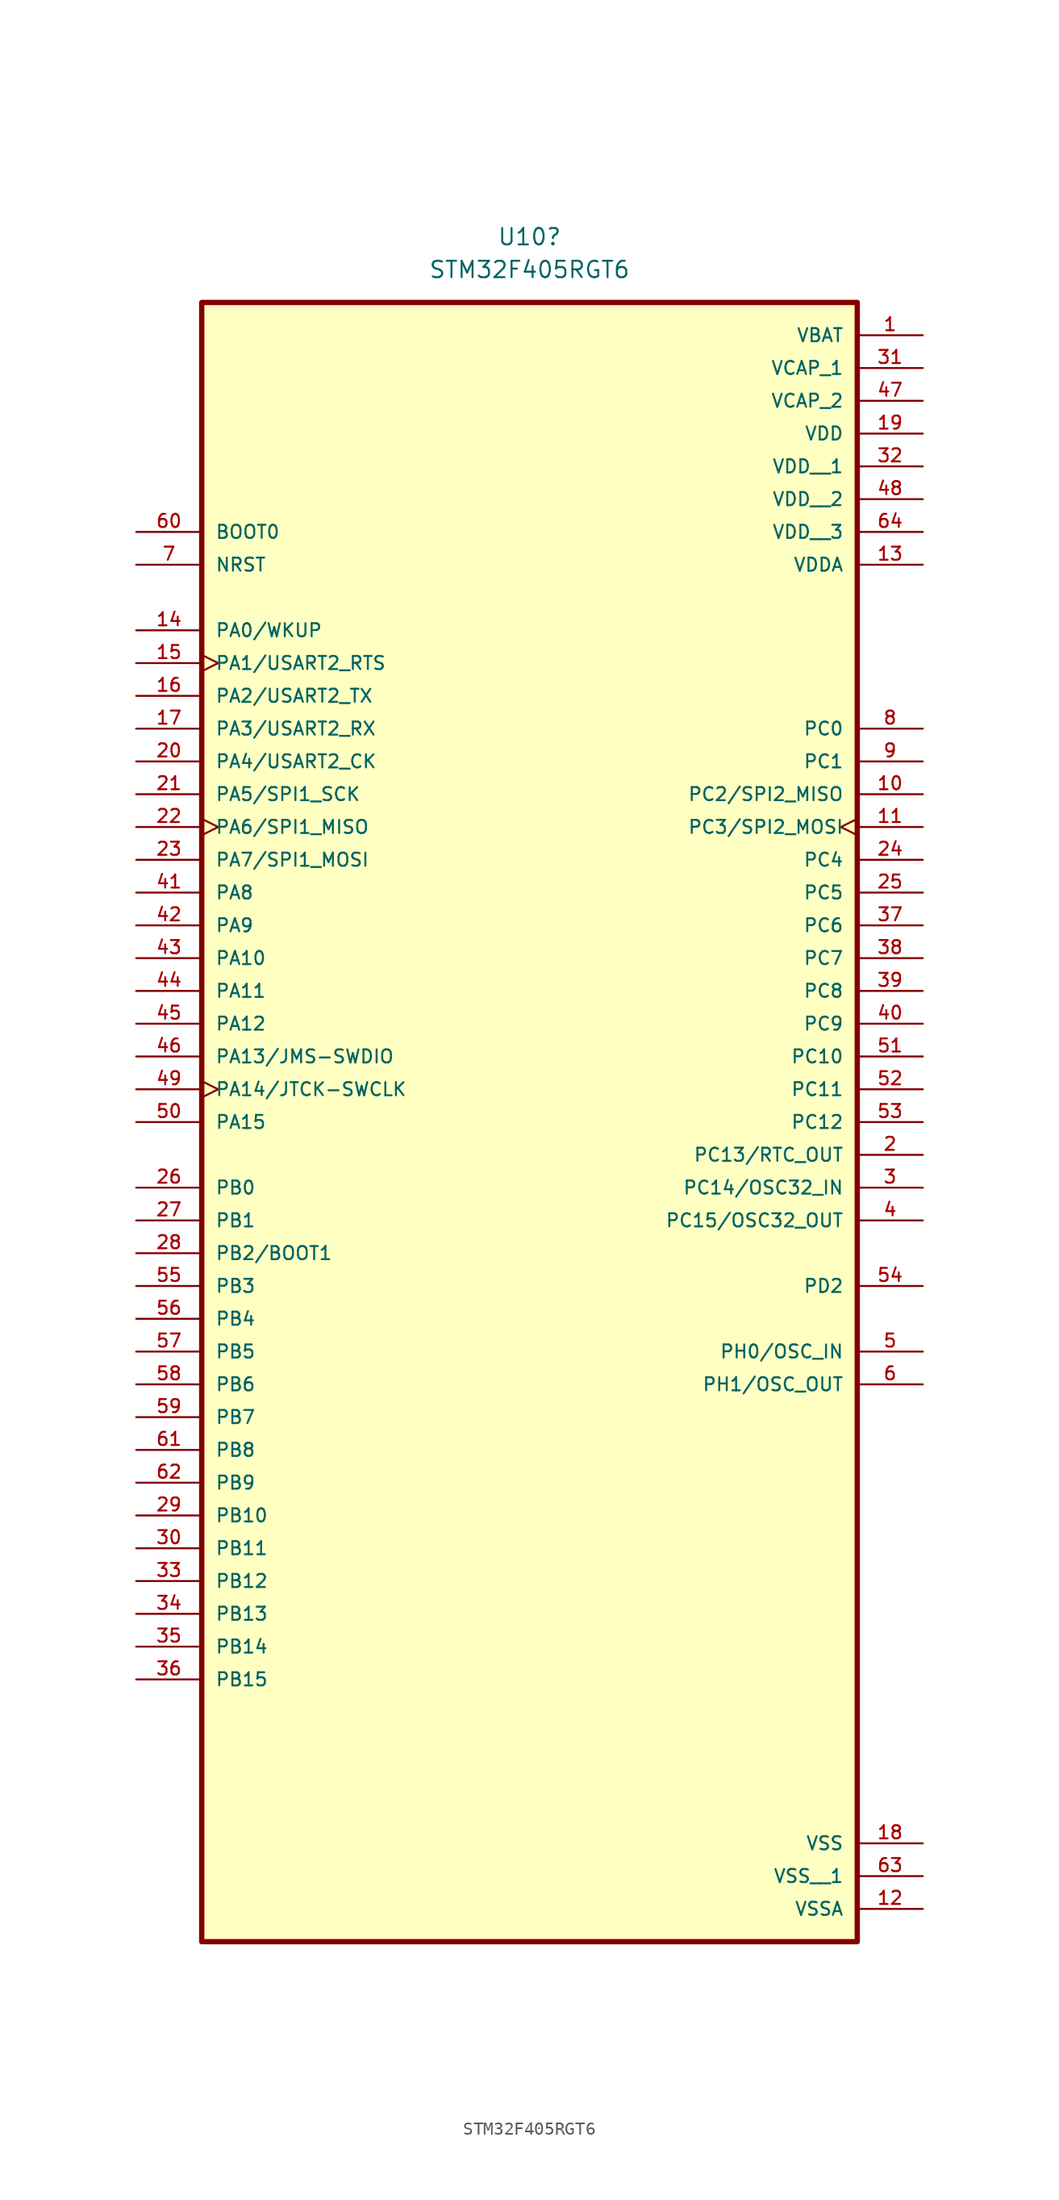
<source format=kicad_sym>
(kicad_symbol_lib
  (version 20231120)
  (generator "kicad_symbol_editor")
  (generator_version "8.0")
  (symbol "STM32F405RGT6"
    (pin_names
      (offset 1.016))
    (property "Reference" "U10"
      (at 0 63.5 0)
      (effects (font (size 1.27 1.27))))
    (property "Value" "STM32F405RGT6"
      (at 0 60.96 0)
      (effects (font (size 1.27 1.27))))
    (symbol "STM32F405RGT6_0_0"
      (rectangle (start -25.4 -68.58) (end 25.4 58.42) (stroke (width 0.41) (type default)) (fill (type background)))
      (pin power_in line (at 30.48 55.88 180) (length 5.08) (name "VBAT" (effects (font (size 1.016 1.016)))) (number "1" (effects (font (size 1.016 1.016)))))
      (pin bidirectional line (at 30.48 20.32 180) (length 5.08) (name "PC2/SPI2_MISO" (effects (font (size 1.016 1.016)))) (number "10" (effects (font (size 1.016 1.016)))))
      (pin bidirectional clock (at 30.48 17.78 180) (length 5.08) (name "PC3/SPI2_MOSI" (effects (font (size 1.016 1.016)))) (number "11" (effects (font (size 1.016 1.016)))))
      (pin power_in line (at 30.48 -66.04 180) (length 5.08) (name "VSSA" (effects (font (size 1.016 1.016)))) (number "12" (effects (font (size 1.016 1.016)))))
      (pin power_in line (at 30.48 38.1 180) (length 5.08) (name "VDDA" (effects (font (size 1.016 1.016)))) (number "13" (effects (font (size 1.016 1.016)))))
      (pin bidirectional line (at -30.48 33.02 0) (length 5.08) (name "PA0/WKUP" (effects (font (size 1.016 1.016)))) (number "14" (effects (font (size 1.016 1.016)))))
      (pin bidirectional clock (at -30.48 30.48 0) (length 5.08) (name "PA1/USART2_RTS" (effects (font (size 1.016 1.016)))) (number "15" (effects (font (size 1.016 1.016)))))
      (pin bidirectional line (at -30.48 27.94 0) (length 5.08) (name "PA2/USART2_TX" (effects (font (size 1.016 1.016)))) (number "16" (effects (font (size 1.016 1.016)))))
      (pin bidirectional line (at -30.48 25.4 0) (length 5.08) (name "PA3/USART2_RX" (effects (font (size 1.016 1.016)))) (number "17" (effects (font (size 1.016 1.016)))))
      (pin power_in line (at 30.48 -60.96 180) (length 5.08) (name "VSS" (effects (font (size 1.016 1.016)))) (number "18" (effects (font (size 1.016 1.016)))))
      (pin power_in line (at 30.48 48.26 180) (length 5.08) (name "VDD" (effects (font (size 1.016 1.016)))) (number "19" (effects (font (size 1.016 1.016)))))
      (pin bidirectional line (at 30.48 -7.62 180) (length 5.08) (name "PC13/RTC_OUT" (effects (font (size 1.016 1.016)))) (number "2" (effects (font (size 1.016 1.016)))))
      (pin bidirectional line (at -30.48 22.86 0) (length 5.08) (name "PA4/USART2_CK" (effects (font (size 1.016 1.016)))) (number "20" (effects (font (size 1.016 1.016)))))
      (pin bidirectional line (at -30.48 20.32 0) (length 5.08) (name "PA5/SPI1_SCK" (effects (font (size 1.016 1.016)))) (number "21" (effects (font (size 1.016 1.016)))))
      (pin bidirectional clock (at -30.48 17.78 0) (length 5.08) (name "PA6/SPI1_MISO" (effects (font (size 1.016 1.016)))) (number "22" (effects (font (size 1.016 1.016)))))
      (pin bidirectional line (at -30.48 15.24 0) (length 5.08) (name "PA7/SPI1_MOSI" (effects (font (size 1.016 1.016)))) (number "23" (effects (font (size 1.016 1.016)))))
      (pin bidirectional line (at 30.48 15.24 180) (length 5.08) (name "PC4" (effects (font (size 1.016 1.016)))) (number "24" (effects (font (size 1.016 1.016)))))
      (pin bidirectional line (at 30.48 12.7 180) (length 5.08) (name "PC5" (effects (font (size 1.016 1.016)))) (number "25" (effects (font (size 1.016 1.016)))))
      (pin bidirectional line (at -30.48 -10.16 0) (length 5.08) (name "PB0" (effects (font (size 1.016 1.016)))) (number "26" (effects (font (size 1.016 1.016)))))
      (pin bidirectional line (at -30.48 -12.7 0) (length 5.08) (name "PB1" (effects (font (size 1.016 1.016)))) (number "27" (effects (font (size 1.016 1.016)))))
      (pin bidirectional line (at -30.48 -15.24 0) (length 5.08) (name "PB2/BOOT1" (effects (font (size 1.016 1.016)))) (number "28" (effects (font (size 1.016 1.016)))))
      (pin bidirectional line (at -30.48 -35.56 0) (length 5.08) (name "PB10" (effects (font (size 1.016 1.016)))) (number "29" (effects (font (size 1.016 1.016)))))
      (pin bidirectional line (at 30.48 -10.16 180) (length 5.08) (name "PC14/OSC32_IN" (effects (font (size 1.016 1.016)))) (number "3" (effects (font (size 1.016 1.016)))))
      (pin bidirectional line (at -30.48 -38.1 0) (length 5.08) (name "PB11" (effects (font (size 1.016 1.016)))) (number "30" (effects (font (size 1.016 1.016)))))
      (pin power_in line (at 30.48 45.72 180) (length 5.08) (name "VDD__1" (effects (font (size 1.016 1.016)))) (number "32" (effects (font (size 1.016 1.016)))))
      (pin bidirectional line (at -30.48 -40.64 0) (length 5.08) (name "PB12" (effects (font (size 1.016 1.016)))) (number "33" (effects (font (size 1.016 1.016)))))
      (pin bidirectional line (at -30.48 -43.18 0) (length 5.08) (name "PB13" (effects (font (size 1.016 1.016)))) (number "34" (effects (font (size 1.016 1.016)))))
      (pin bidirectional line (at -30.48 -45.72 0) (length 5.08) (name "PB14" (effects (font (size 1.016 1.016)))) (number "35" (effects (font (size 1.016 1.016)))))
      (pin bidirectional line (at -30.48 -48.26 0) (length 5.08) (name "PB15" (effects (font (size 1.016 1.016)))) (number "36" (effects (font (size 1.016 1.016)))))
      (pin bidirectional line (at 30.48 10.16 180) (length 5.08) (name "PC6" (effects (font (size 1.016 1.016)))) (number "37" (effects (font (size 1.016 1.016)))))
      (pin bidirectional line (at 30.48 7.62 180) (length 5.08) (name "PC7" (effects (font (size 1.016 1.016)))) (number "38" (effects (font (size 1.016 1.016)))))
      (pin bidirectional line (at 30.48 5.08 180) (length 5.08) (name "PC8" (effects (font (size 1.016 1.016)))) (number "39" (effects (font (size 1.016 1.016)))))
      (pin bidirectional line (at 30.48 -12.7 180) (length 5.08) (name "PC15/OSC32_OUT" (effects (font (size 1.016 1.016)))) (number "4" (effects (font (size 1.016 1.016)))))
      (pin bidirectional line (at 30.48 2.54 180) (length 5.08) (name "PC9" (effects (font (size 1.016 1.016)))) (number "40" (effects (font (size 1.016 1.016)))))
      (pin bidirectional line (at -30.48 12.7 0) (length 5.08) (name "PA8" (effects (font (size 1.016 1.016)))) (number "41" (effects (font (size 1.016 1.016)))))
      (pin bidirectional line (at -30.48 10.16 0) (length 5.08) (name "PA9" (effects (font (size 1.016 1.016)))) (number "42" (effects (font (size 1.016 1.016)))))
      (pin bidirectional line (at -30.48 7.62 0) (length 5.08) (name "PA10" (effects (font (size 1.016 1.016)))) (number "43" (effects (font (size 1.016 1.016)))))
      (pin bidirectional line (at -30.48 5.08 0) (length 5.08) (name "PA11" (effects (font (size 1.016 1.016)))) (number "44" (effects (font (size 1.016 1.016)))))
      (pin bidirectional line (at -30.48 2.54 0) (length 5.08) (name "PA12" (effects (font (size 1.016 1.016)))) (number "45" (effects (font (size 1.016 1.016)))))
      (pin bidirectional line (at -30.48 0 0) (length 5.08) (name "PA13/JMS-SWDIO" (effects (font (size 1.016 1.016)))) (number "46" (effects (font (size 1.016 1.016)))))
      (pin power_in line (at 30.48 43.18 180) (length 5.08) (name "VDD__2" (effects (font (size 1.016 1.016)))) (number "48" (effects (font (size 1.016 1.016)))))
      (pin bidirectional clock (at -30.48 -2.54 0) (length 5.08) (name "PA14/JTCK-SWCLK" (effects (font (size 1.016 1.016)))) (number "49" (effects (font (size 1.016 1.016)))))
      (pin bidirectional line (at 30.48 -22.86 180) (length 5.08) (name "PH0/OSC_IN" (effects (font (size 1.016 1.016)))) (number "5" (effects (font (size 1.016 1.016)))))
      (pin bidirectional line (at -30.48 -5.08 0) (length 5.08) (name "PA15" (effects (font (size 1.016 1.016)))) (number "50" (effects (font (size 1.016 1.016)))))
      (pin bidirectional line (at 30.48 0 180) (length 5.08) (name "PC10" (effects (font (size 1.016 1.016)))) (number "51" (effects (font (size 1.016 1.016)))))
      (pin bidirectional line (at 30.48 -2.54 180) (length 5.08) (name "PC11" (effects (font (size 1.016 1.016)))) (number "52" (effects (font (size 1.016 1.016)))))
      (pin bidirectional line (at 30.48 -5.08 180) (length 5.08) (name "PC12" (effects (font (size 1.016 1.016)))) (number "53" (effects (font (size 1.016 1.016)))))
      (pin bidirectional line (at 30.48 -17.78 180) (length 5.08) (name "PD2" (effects (font (size 1.016 1.016)))) (number "54" (effects (font (size 1.016 1.016)))))
      (pin bidirectional line (at -30.48 -17.78 0) (length 5.08) (name "PB3" (effects (font (size 1.016 1.016)))) (number "55" (effects (font (size 1.016 1.016)))))
      (pin bidirectional line (at -30.48 -20.32 0) (length 5.08) (name "PB4" (effects (font (size 1.016 1.016)))) (number "56" (effects (font (size 1.016 1.016)))))
      (pin bidirectional line (at -30.48 -22.86 0) (length 5.08) (name "PB5" (effects (font (size 1.016 1.016)))) (number "57" (effects (font (size 1.016 1.016)))))
      (pin bidirectional line (at -30.48 -25.4 0) (length 5.08) (name "PB6" (effects (font (size 1.016 1.016)))) (number "58" (effects (font (size 1.016 1.016)))))
      (pin bidirectional line (at -30.48 -27.94 0) (length 5.08) (name "PB7" (effects (font (size 1.016 1.016)))) (number "59" (effects (font (size 1.016 1.016)))))
      (pin bidirectional line (at 30.48 -25.4 180) (length 5.08) (name "PH1/OSC_OUT" (effects (font (size 1.016 1.016)))) (number "6" (effects (font (size 1.016 1.016)))))
      (pin bidirectional line (at -30.48 40.64 0) (length 5.08) (name "BOOT0" (effects (font (size 1.016 1.016)))) (number "60" (effects (font (size 1.016 1.016)))))
      (pin bidirectional line (at -30.48 -30.48 0) (length 5.08) (name "PB8" (effects (font (size 1.016 1.016)))) (number "61" (effects (font (size 1.016 1.016)))))
      (pin bidirectional line (at -30.48 -33.02 0) (length 5.08) (name "PB9" (effects (font (size 1.016 1.016)))) (number "62" (effects (font (size 1.016 1.016)))))
      (pin power_in line (at 30.48 -63.5 180) (length 5.08) (name "VSS__1" (effects (font (size 1.016 1.016)))) (number "63" (effects (font (size 1.016 1.016)))))
      (pin power_in line (at 30.48 40.64 180) (length 5.08) (name "VDD__3" (effects (font (size 1.016 1.016)))) (number "64" (effects (font (size 1.016 1.016)))))
      (pin bidirectional line (at -30.48 38.1 0) (length 5.08) (name "NRST" (effects (font (size 1.016 1.016)))) (number "7" (effects (font (size 1.016 1.016)))))
      (pin bidirectional line (at 30.48 25.4 180) (length 5.08) (name "PC0" (effects (font (size 1.016 1.016)))) (number "8" (effects (font (size 1.016 1.016)))))
      (pin bidirectional line (at 30.48 22.86 180) (length 5.08) (name "PC1" (effects (font (size 1.016 1.016)))) (number "9" (effects (font (size 1.016 1.016))))))
    (symbol "STM32F405RGT6_1_0"
      (pin power_out line (at 30.48 53.34 180) (length 5.08) (name "VCAP_1" (effects (font (size 1.016 1.016)))) (number "31" (effects (font (size 1.016 1.016)))))
      (pin power_out line (at 30.48 50.8 180) (length 5.08) (name "VCAP_2" (effects (font (size 1.016 1.016)))) (number "47" (effects (font (size 1.016 1.016))))))))
</source>
